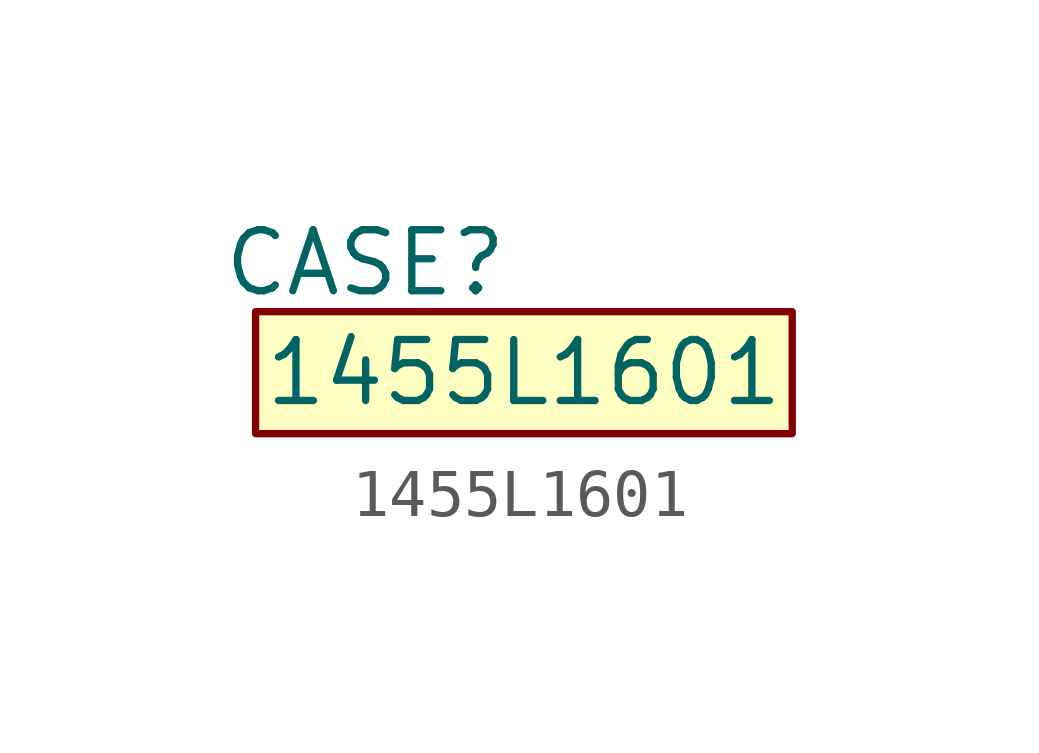
<source format=kicad_sym>
(kicad_symbol_lib
  (version 20211014)
  (generator kicad_symbol_editor)
  (symbol "1455L1601"
    (property "Reference" "CASE"
      (at -3.302 2.286 0)
      (effects (font (size 1.27 1.27))))
    (property "Value" "1455L1601"
      (at 0 0 0)
      (effects (font (size 1.27 1.27))))
    (symbol "1455L1601_0_0"
      (rectangle (start -5.588 1.27) (end 5.588 -1.27) (stroke (width 0) (type default) (color 0 0 0 0)) (fill (type background))))))
</source>
